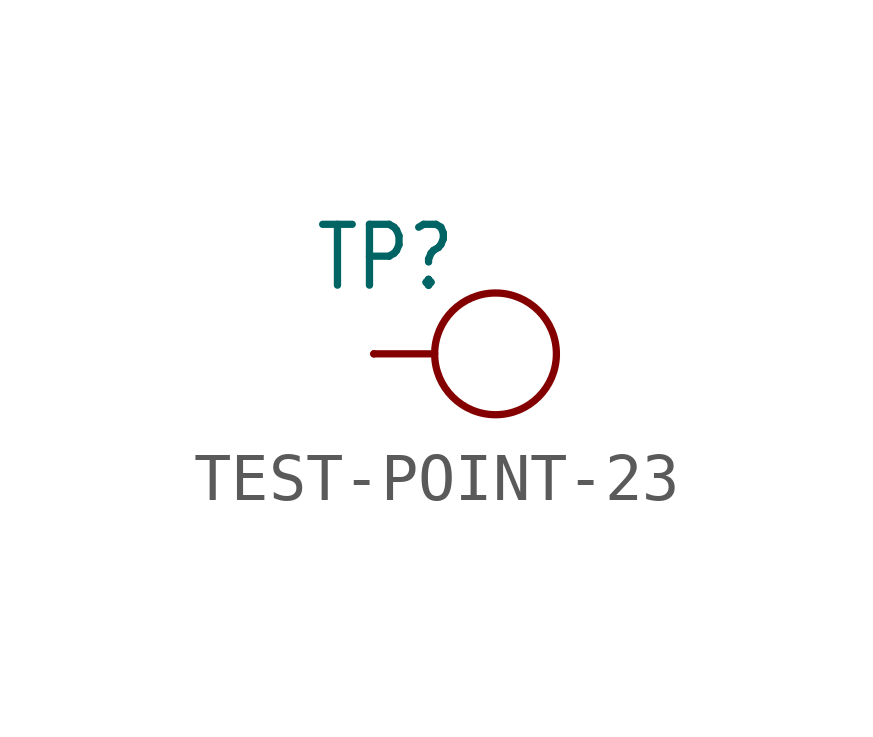
<source format=kicad_sym>
(kicad_symbol_lib
  (version 20211014)
  (generator kicad_symbol_editor)
  (symbol "TEST-POINT-23"
    (property "Reference" "TP"
      (at -3.81 1.27 0)
      (effects (font (size 1.27 1.079)) (justify left bottom)))
    (property "ki_locked" ""
      (at 0 0 0)
      (effects (font (size 1.27 1.27))))
    (symbol "TEST-POINT-23_1_0"
      (polyline (pts (xy -2.54 0) (xy -1.27 0)) (stroke (width 0.152) (type default) (color 0 0 0 0)) (fill (type none)))
      (circle (center 0 0) (radius 1.27) (stroke (width 0.152) (type default) (color 0 0 0 0)) (fill (type none)))
      (pin bidirectional line (at -2.54 0 0) (length 0) (name "T" (effects (font (size 0 0)))) (number "T" (effects (font (size 0 0))))))))
</source>
